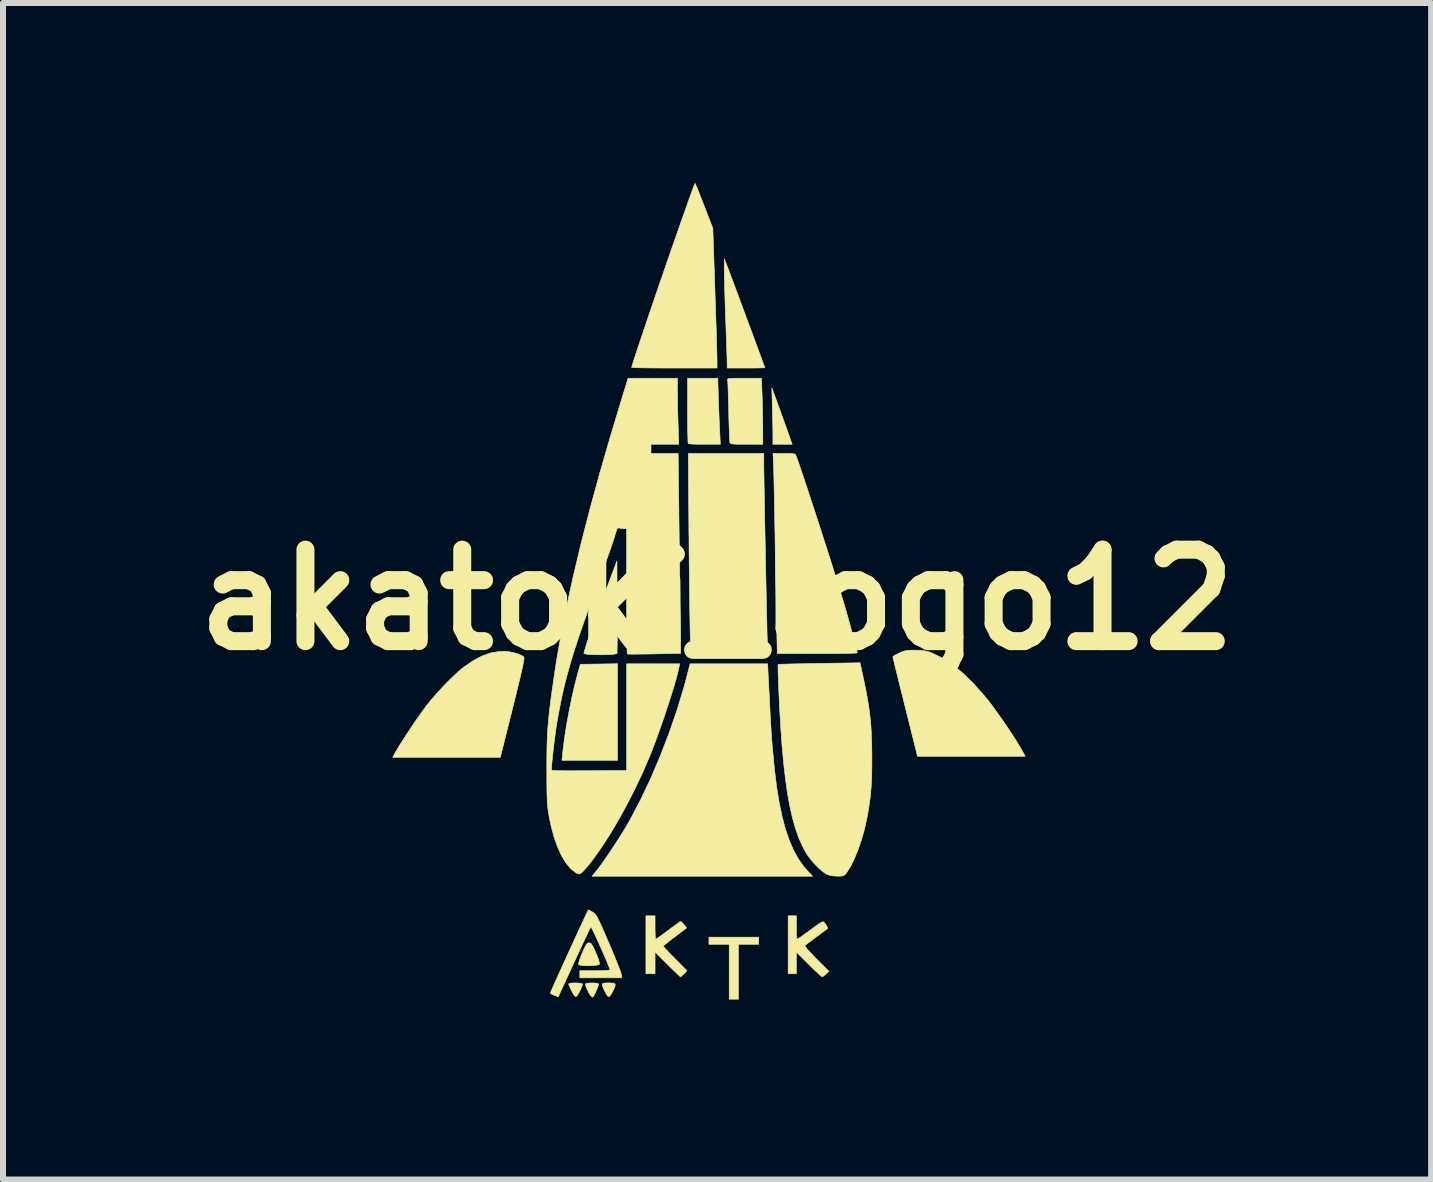
<source format=kicad_pcb>
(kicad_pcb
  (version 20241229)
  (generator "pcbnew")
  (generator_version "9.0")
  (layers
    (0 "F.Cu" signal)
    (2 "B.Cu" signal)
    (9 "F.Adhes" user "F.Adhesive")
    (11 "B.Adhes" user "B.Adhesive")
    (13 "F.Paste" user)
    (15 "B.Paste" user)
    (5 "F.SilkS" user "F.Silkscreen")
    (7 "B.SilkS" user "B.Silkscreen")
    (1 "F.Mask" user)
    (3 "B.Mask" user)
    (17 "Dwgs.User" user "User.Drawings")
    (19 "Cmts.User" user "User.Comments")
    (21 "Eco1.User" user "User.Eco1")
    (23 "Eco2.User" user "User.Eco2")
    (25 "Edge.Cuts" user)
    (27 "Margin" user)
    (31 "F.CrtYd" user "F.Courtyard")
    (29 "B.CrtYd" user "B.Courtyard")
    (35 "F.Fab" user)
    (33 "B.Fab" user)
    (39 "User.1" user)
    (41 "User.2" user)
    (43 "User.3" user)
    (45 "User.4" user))
  (footprint "akatoki_logo12"
    (layer "F.Cu")
    (at 8.897 6.943)
    (property "Reference" "akatoki_logo12" (at 0 0 0) (layer "F.SilkS") (effects (font (size 1.524 1.524) (thickness 0.3))))
    (attr through_hole)
    (fp_poly (pts (xy 0.694 5.74) (xy 0.356 5.74) (xy 0.356 6.655) (xy 0.203 6.655) (xy 0.203 5.74) (xy -0.135 5.74) (xy -0.135 5.622) (xy 0.694 5.622) (xy 0.694 5.74)) (stroke (width 0.01) (type solid)) (fill yes) (layer "F.SilkS"))
    (fp_poly (pts (xy -1.659 2.675) (xy -2.584 2.675) (xy -2.57 2.536) (xy -2.545 2.332) (xy -2.511 2.107) (xy -2.468 1.872) (xy -2.421 1.638) (xy -2.369 1.414) (xy -2.317 1.213) (xy -2.314 1.203) (xy -2.278 1.075) (xy -1.968 1.071) (xy -1.659 1.066) (xy -1.659 2.675)) (stroke (width 0.01) (type solid)) (fill yes) (layer "F.SilkS"))
    (fp_poly (pts (xy 1 -3.294) (xy 1.04 -3.182) (xy 1.086 -3.056) (xy 1.131 -2.93) (xy 1.169 -2.824) (xy 1.251 -2.591) (xy 0.931 -2.591) (xy 0.931 -2.714) (xy 0.931 -2.769) (xy 0.93 -2.851) (xy 0.928 -2.952) (xy 0.925 -3.063) (xy 0.922 -3.178) (xy 0.922 -3.183) (xy 0.913 -3.531) (xy 1 -3.294)) (stroke (width 0.01) (type solid)) (fill yes) (layer "F.SilkS"))
    (fp_poly (pts (xy -1.74 6.386) (xy -1.705 6.395) (xy -1.695 6.418) (xy -1.707 6.459) (xy -1.735 6.519) (xy -1.767 6.577) (xy -1.791 6.607) (xy -1.809 6.612) (xy -1.825 6.6) (xy -1.848 6.564) (xy -1.874 6.514) (xy -1.897 6.463) (xy -1.911 6.422) (xy -1.913 6.41) (xy -1.907 6.395) (xy -1.882 6.387) (xy -1.833 6.384) (xy -1.803 6.384) (xy -1.74 6.386)) (stroke (width 0.01) (type solid)) (fill yes) (layer "F.SilkS"))
    (fp_poly (pts (xy -2.315 6.385) (xy -2.271 6.39) (xy -2.246 6.398) (xy -2.244 6.4) (xy -2.246 6.423) (xy -2.261 6.465) (xy -2.284 6.515) (xy -2.31 6.563) (xy -2.334 6.599) (xy -2.349 6.611) (xy -2.369 6.602) (xy -2.398 6.563) (xy -2.421 6.519) (xy -2.447 6.465) (xy -2.466 6.423) (xy -2.472 6.401) (xy -2.457 6.392) (xy -2.419 6.386) (xy -2.368 6.384) (xy -2.315 6.385)) (stroke (width 0.01) (type solid)) (fill yes) (layer "F.SilkS"))
    (fp_poly (pts (xy -2.022 6.387) (xy -1.985 6.394) (xy -1.973 6.4) (xy -1.976 6.42) (xy -1.99 6.459) (xy -2.01 6.508) (xy -2.033 6.558) (xy -2.054 6.598) (xy -2.068 6.62) (xy -2.07 6.621) (xy -2.086 6.613) (xy -2.093 6.608) (xy -2.113 6.585) (xy -2.138 6.544) (xy -2.163 6.494) (xy -2.183 6.446) (xy -2.193 6.411) (xy -2.192 6.4) (xy -2.171 6.391) (xy -2.127 6.386) (xy -2.074 6.384) (xy -2.022 6.387)) (stroke (width 0.01) (type solid)) (fill yes) (layer "F.SilkS"))
    (fp_poly (pts (xy 0.023 -3.34) (xy 0.027 -3.218) (xy 0.032 -3.092) (xy 0.037 -2.972) (xy 0.041 -2.867) (xy 0.045 -2.79) (xy 0.055 -2.591) (xy -0.207 -2.591) (xy -0.298 -2.591) (xy -0.376 -2.593) (xy -0.437 -2.596) (xy -0.473 -2.6) (xy -0.48 -2.602) (xy -0.483 -2.621) (xy -0.485 -2.67) (xy -0.487 -2.744) (xy -0.489 -2.84) (xy -0.49 -2.954) (xy -0.491 -3.08) (xy -0.491 -3.152) (xy -0.491 -3.691) (xy 0.012 -3.691) (xy 0.023 -3.34)) (stroke (width 0.01) (type solid)) (fill yes) (layer "F.SilkS"))
    (fp_poly (pts (xy -2.113 5.719) (xy -2.094 5.734) (xy -2.073 5.766) (xy -2.046 5.821) (xy -2.02 5.88) (xy -1.991 5.95) (xy -1.97 6.011) (xy -1.958 6.054) (xy -1.958 6.07) (xy -1.979 6.082) (xy -2.024 6.091) (xy -2.085 6.097) (xy -2.152 6.098) (xy -2.217 6.096) (xy -2.27 6.09) (xy -2.302 6.08) (xy -2.308 6.074) (xy -2.305 6.05) (xy -2.291 6.003) (xy -2.267 5.939) (xy -2.244 5.883) (xy -2.211 5.808) (xy -2.187 5.759) (xy -2.167 5.73) (xy -2.149 5.718) (xy -2.132 5.715) (xy -2.113 5.719)) (stroke (width 0.01) (type solid)) (fill yes) (layer "F.SilkS"))
    (fp_poly (pts (xy -1.664 0.113) (xy -1.663 0.27) (xy -1.662 0.418) (xy -1.662 0.552) (xy -1.663 0.668) (xy -1.664 0.764) (xy -1.665 0.836) (xy -1.666 0.88) (xy -1.667 0.893) (xy -1.686 0.902) (xy -1.732 0.908) (xy -1.796 0.913) (xy -1.873 0.916) (xy -1.956 0.916) (xy -2.038 0.915) (xy -2.112 0.912) (xy -2.171 0.907) (xy -2.209 0.899) (xy -2.218 0.893) (xy -2.212 0.863) (xy -2.195 0.805) (xy -2.168 0.72) (xy -2.131 0.612) (xy -2.086 0.484) (xy -2.033 0.337) (xy -1.974 0.174) (xy -1.91 -0.001) (xy -1.867 -0.116) (xy -1.668 -0.647) (xy -1.664 0.113)) (stroke (width 0.01) (type solid)) (fill yes) (layer "F.SilkS"))
    (fp_poly (pts (xy -3.471 0.865) (xy -3.385 0.882) (xy -3.307 0.905) (xy -3.247 0.933) (xy -3.218 0.955) (xy -3.216 0.969) (xy -3.218 0.999) (xy -3.226 1.047) (xy -3.24 1.117) (xy -3.261 1.209) (xy -3.288 1.325) (xy -3.323 1.469) (xy -3.365 1.642) (xy -3.405 1.802) (xy -3.611 2.625) (xy -5.404 2.625) (xy -5.35 2.527) (xy -5.304 2.45) (xy -5.243 2.353) (xy -5.172 2.242) (xy -5.095 2.125) (xy -5.016 2.009) (xy -4.94 1.901) (xy -4.873 1.808) (xy -4.845 1.77) (xy -4.761 1.665) (xy -4.663 1.553) (xy -4.559 1.44) (xy -4.453 1.332) (xy -4.352 1.235) (xy -4.263 1.156) (xy -4.227 1.128) (xy -4.068 1.018) (xy -3.918 0.938) (xy -3.773 0.886) (xy -3.629 0.862) (xy -3.556 0.859) (xy -3.471 0.865)) (stroke (width 0.01) (type solid)) (fill yes) (layer "F.SilkS"))
    (fp_poly (pts (xy 0.751 -3.399) (xy 0.755 -3.276) (xy 0.758 -3.14) (xy 0.761 -3.004) (xy 0.762 -2.883) (xy 0.762 -2.849) (xy 0.762 -2.591) (xy 0.492 -2.591) (xy 0.39 -2.591) (xy 0.317 -2.592) (xy 0.268 -2.595) (xy 0.238 -2.6) (xy 0.222 -2.608) (xy 0.215 -2.618) (xy 0.214 -2.62) (xy 0.211 -2.644) (xy 0.208 -2.698) (xy 0.205 -2.776) (xy 0.202 -2.874) (xy 0.198 -2.988) (xy 0.195 -3.113) (xy 0.195 -3.141) (xy 0.192 -3.268) (xy 0.188 -3.385) (xy 0.185 -3.487) (xy 0.182 -3.57) (xy 0.179 -3.629) (xy 0.176 -3.659) (xy 0.175 -3.662) (xy 0.175 -3.673) (xy 0.182 -3.681) (xy 0.203 -3.686) (xy 0.242 -3.689) (xy 0.303 -3.691) (xy 0.39 -3.691) (xy 0.453 -3.691) (xy 0.74 -3.691) (xy 0.751 -3.399)) (stroke (width 0.01) (type solid)) (fill yes) (layer "F.SilkS"))
    (fp_poly (pts (xy 0.779 -2.293) (xy 0.779 -2.238) (xy 0.78 -2.153) (xy 0.782 -2.041) (xy 0.784 -1.906) (xy 0.787 -1.751) (xy 0.79 -1.58) (xy 0.793 -1.396) (xy 0.797 -1.201) (xy 0.801 -1) (xy 0.805 -0.797) (xy 0.809 -0.593) (xy 0.813 -0.393) (xy 0.817 -0.199) (xy 0.821 -0.016) (xy 0.824 0.153) (xy 0.828 0.306) (xy 0.831 0.438) (xy 0.833 0.547) (xy 0.836 0.628) (xy 0.837 0.68) (xy 0.838 0.682) (xy 0.847 0.897) (xy -0.436 0.897) (xy -0.447 0.588) (xy -0.448 0.522) (xy -0.45 0.425) (xy -0.452 0.3) (xy -0.455 0.152) (xy -0.457 -0.016) (xy -0.459 -0.202) (xy -0.461 -0.401) (xy -0.464 -0.611) (xy -0.466 -0.828) (xy -0.467 -1.048) (xy -0.468 -1.079) (xy -0.479 -2.438) (xy 0.779 -2.438) (xy 0.779 -2.293)) (stroke (width 0.01) (type solid)) (fill yes) (layer "F.SilkS"))
    (fp_poly (pts (xy 3.302 0.84) (xy 3.392 0.843) (xy 3.462 0.851) (xy 3.525 0.867) (xy 3.573 0.884) (xy 3.745 0.966) (xy 3.92 1.079) (xy 4.097 1.224) (xy 4.278 1.401) (xy 4.463 1.611) (xy 4.511 1.669) (xy 4.581 1.76) (xy 4.661 1.87) (xy 4.747 1.992) (xy 4.834 2.118) (xy 4.916 2.242) (xy 4.99 2.357) (xy 5.049 2.455) (xy 5.071 2.493) (xy 5.134 2.608) (xy 3.34 2.608) (xy 3.135 1.787) (xy 3.095 1.625) (xy 3.057 1.474) (xy 3.023 1.336) (xy 2.993 1.213) (xy 2.967 1.111) (xy 2.948 1.031) (xy 2.935 0.977) (xy 2.93 0.952) (xy 2.929 0.951) (xy 2.944 0.937) (xy 2.981 0.914) (xy 3.034 0.888) (xy 3.035 0.887) (xy 3.091 0.864) (xy 3.139 0.849) (xy 3.191 0.842) (xy 3.26 0.84) (xy 3.302 0.84)) (stroke (width 0.01) (type solid)) (fill yes) (layer "F.SilkS"))
    (fp_poly (pts (xy 0.853 1.274) (xy 0.864 1.481) (xy 0.873 1.658) (xy 0.88 1.808) (xy 0.887 1.936) (xy 0.893 2.046) (xy 0.899 2.141) (xy 0.904 2.226) (xy 0.91 2.303) (xy 0.915 2.378) (xy 0.921 2.453) (xy 0.924 2.481) (xy 0.955 2.809) (xy 0.991 3.106) (xy 1.034 3.372) (xy 1.084 3.611) (xy 1.14 3.824) (xy 1.205 4.012) (xy 1.277 4.178) (xy 1.358 4.324) (xy 1.449 4.451) (xy 1.523 4.534) (xy 1.593 4.606) (xy -2.083 4.606) (xy -1.996 4.5) (xy -1.941 4.428) (xy -1.874 4.334) (xy -1.798 4.223) (xy -1.717 4.102) (xy -1.637 3.977) (xy -1.56 3.855) (xy -1.492 3.742) (xy -1.449 3.666) (xy -1.274 3.333) (xy -1.104 2.975) (xy -0.944 2.598) (xy -0.795 2.212) (xy -0.662 1.823) (xy -0.546 1.439) (xy -0.497 1.254) (xy -0.449 1.067) (xy 0.843 1.067) (xy 0.853 1.274)) (stroke (width 0.01) (type solid)) (fill yes) (layer "F.SilkS"))
    (fp_poly (pts (xy 0.164 -5.571) (xy 0.18 -5.53) (xy 0.205 -5.464) (xy 0.237 -5.376) (xy 0.277 -5.27) (xy 0.322 -5.15) (xy 0.371 -5.019) (xy 0.422 -4.88) (xy 0.475 -4.738) (xy 0.528 -4.595) (xy 0.58 -4.455) (xy 0.629 -4.323) (xy 0.674 -4.2) (xy 0.714 -4.092) (xy 0.748 -4.001) (xy 0.773 -3.93) (xy 0.79 -3.885) (xy 0.796 -3.867) (xy 0.796 -3.867) (xy 0.78 -3.865) (xy 0.735 -3.864) (xy 0.667 -3.862) (xy 0.581 -3.861) (xy 0.483 -3.861) (xy 0.169 -3.861) (xy 0.169 -3.924) (xy 0.168 -3.955) (xy 0.167 -4.015) (xy 0.164 -4.101) (xy 0.16 -4.21) (xy 0.156 -4.335) (xy 0.151 -4.475) (xy 0.146 -4.624) (xy 0.144 -4.674) (xy 0.138 -4.83) (xy 0.133 -4.982) (xy 0.129 -5.126) (xy 0.125 -5.255) (xy 0.123 -5.366) (xy 0.121 -5.453) (xy 0.12 -5.512) (xy 0.12 -5.52) (xy 0.121 -5.681) (xy 0.164 -5.571)) (stroke (width 0.01) (type solid)) (fill yes) (layer "F.SilkS"))
    (fp_poly (pts (xy -1.033 5.461) (xy -1.032 5.538) (xy -1.03 5.6) (xy -1.026 5.642) (xy -1.022 5.656) (xy -1.005 5.646) (xy -0.966 5.62) (xy -0.911 5.58) (xy -0.845 5.531) (xy -0.823 5.515) (xy -0.753 5.463) (xy -0.692 5.418) (xy -0.645 5.384) (xy -0.619 5.365) (xy -0.616 5.363) (xy -0.594 5.368) (xy -0.563 5.396) (xy -0.552 5.41) (xy -0.507 5.468) (xy -0.702 5.615) (xy -0.772 5.668) (xy -0.83 5.714) (xy -0.873 5.748) (xy -0.895 5.769) (xy -0.897 5.772) (xy -0.886 5.787) (xy -0.855 5.821) (xy -0.807 5.871) (xy -0.747 5.932) (xy -0.699 5.981) (xy -0.501 6.18) (xy -0.55 6.231) (xy -0.582 6.263) (xy -0.605 6.281) (xy -0.609 6.282) (xy -0.623 6.271) (xy -0.657 6.239) (xy -0.707 6.191) (xy -0.769 6.131) (xy -0.826 6.075) (xy -1.033 5.868) (xy -1.033 6.231) (xy -1.185 6.231) (xy -1.185 5.266) (xy -1.033 5.266) (xy -1.033 5.461)) (stroke (width 0.01) (type solid)) (fill yes) (layer "F.SilkS"))
    (fp_poly (pts (xy -0.359 -6.924) (xy -0.341 -6.883) (xy -0.315 -6.819) (xy -0.282 -6.736) (xy -0.244 -6.638) (xy -0.216 -6.566) (xy -0.07 -6.189) (xy -0.035 -5.148) (xy -0.029 -4.959) (xy -0.023 -4.777) (xy -0.017 -4.606) (xy -0.012 -4.448) (xy -0.008 -4.308) (xy -0.005 -4.188) (xy -0.002 -4.091) (xy -0.001 -4.022) (xy 0.000042 -3.984) (xy 0 -3.861) (xy -0.711 -3.861) (xy -0.863 -3.861) (xy -1.003 -3.862) (xy -1.129 -3.863) (xy -1.237 -3.864) (xy -1.323 -3.866) (xy -1.385 -3.868) (xy -1.418 -3.87) (xy -1.422 -3.871) (xy -1.417 -3.894) (xy -1.401 -3.946) (xy -1.376 -4.024) (xy -1.343 -4.126) (xy -1.302 -4.249) (xy -1.255 -4.39) (xy -1.202 -4.546) (xy -1.145 -4.716) (xy -1.084 -4.895) (xy -1.02 -5.081) (xy -0.955 -5.273) (xy -0.888 -5.466) (xy -0.822 -5.658) (xy -0.757 -5.846) (xy -0.693 -6.028) (xy -0.633 -6.202) (xy -0.576 -6.363) (xy -0.524 -6.51) (xy -0.478 -6.64) (xy -0.439 -6.75) (xy -0.407 -6.837) (xy -0.383 -6.899) (xy -0.369 -6.932) (xy -0.366 -6.938) (xy -0.359 -6.924)) (stroke (width 0.01) (type solid)) (fill yes) (layer "F.SilkS"))
    (fp_poly (pts (xy 1.321 5.463) (xy 1.321 5.548) (xy 1.324 5.605) (xy 1.329 5.637) (xy 1.336 5.65) (xy 1.344 5.65) (xy 1.366 5.637) (xy 1.409 5.608) (xy 1.468 5.566) (xy 1.538 5.516) (xy 1.566 5.495) (xy 1.643 5.438) (xy 1.698 5.399) (xy 1.735 5.376) (xy 1.759 5.366) (xy 1.775 5.367) (xy 1.786 5.377) (xy 1.788 5.379) (xy 1.818 5.42) (xy 1.838 5.456) (xy 1.844 5.476) (xy 1.843 5.477) (xy 1.828 5.488) (xy 1.791 5.515) (xy 1.738 5.555) (xy 1.673 5.603) (xy 1.659 5.613) (xy 1.592 5.664) (xy 1.533 5.708) (xy 1.49 5.741) (xy 1.467 5.759) (xy 1.465 5.76) (xy 1.471 5.777) (xy 1.499 5.815) (xy 1.548 5.87) (xy 1.615 5.941) (xy 1.656 5.983) (xy 1.864 6.19) (xy 1.816 6.236) (xy 1.781 6.266) (xy 1.755 6.281) (xy 1.752 6.282) (xy 1.735 6.271) (xy 1.699 6.239) (xy 1.647 6.191) (xy 1.584 6.131) (xy 1.528 6.075) (xy 1.321 5.868) (xy 1.321 6.231) (xy 1.185 6.231) (xy 1.185 5.266) (xy 1.321 5.266) (xy 1.321 5.463)) (stroke (width 0.01) (type solid)) (fill yes) (layer "F.SilkS"))
    (fp_poly (pts (xy 1.199 -2.438) (xy 1.254 -2.435) (xy 1.287 -2.43) (xy 1.305 -2.42) (xy 1.312 -2.409) (xy 1.331 -2.359) (xy 1.359 -2.281) (xy 1.395 -2.177) (xy 1.438 -2.051) (xy 1.486 -1.905) (xy 1.539 -1.744) (xy 1.596 -1.571) (xy 1.656 -1.388) (xy 1.717 -1.2) (xy 1.778 -1.009) (xy 1.839 -0.82) (xy 1.898 -0.635) (xy 1.954 -0.457) (xy 2.006 -0.29) (xy 2.053 -0.138) (xy 2.094 -0.003) (xy 2.124 0.096) (xy 2.147 0.174) (xy 2.173 0.266) (xy 2.201 0.367) (xy 2.23 0.473) (xy 2.258 0.577) (xy 2.284 0.673) (xy 2.306 0.758) (xy 2.323 0.825) (xy 2.334 0.869) (xy 2.337 0.884) (xy 2.32 0.887) (xy 2.274 0.89) (xy 2.201 0.892) (xy 2.104 0.894) (xy 1.989 0.896) (xy 1.857 0.897) (xy 1.714 0.897) (xy 1.671 0.897) (xy 1.004 0.897) (xy 0.993 0.402) (xy 0.991 0.289) (xy 0.988 0.147) (xy 0.985 -0.018) (xy 0.981 -0.201) (xy 0.978 -0.397) (xy 0.974 -0.6) (xy 0.97 -0.806) (xy 0.967 -1.009) (xy 0.966 -1.092) (xy 0.962 -1.279) (xy 0.959 -1.461) (xy 0.956 -1.633) (xy 0.953 -1.793) (xy 0.95 -1.936) (xy 0.947 -2.059) (xy 0.944 -2.159) (xy 0.942 -2.231) (xy 0.941 -2.265) (xy 0.933 -2.438) (xy 1.117 -2.438) (xy 1.199 -2.438)) (stroke (width 0.01) (type solid)) (fill yes) (layer "F.SilkS"))
    (fp_poly (pts (xy 2.437 1.3) (xy 2.479 1.503) (xy 2.512 1.682) (xy 2.537 1.847) (xy 2.556 2.005) (xy 2.568 2.166) (xy 2.576 2.34) (xy 2.579 2.533) (xy 2.58 2.642) (xy 2.579 2.832) (xy 2.575 2.997) (xy 2.566 3.145) (xy 2.553 3.285) (xy 2.534 3.425) (xy 2.509 3.574) (xy 2.495 3.647) (xy 2.456 3.825) (xy 2.406 4) (xy 2.349 4.166) (xy 2.287 4.317) (xy 2.223 4.447) (xy 2.158 4.549) (xy 2.156 4.551) (xy 2.132 4.58) (xy 2.108 4.597) (xy 2.074 4.604) (xy 2.02 4.605) (xy 2.002 4.605) (xy 1.913 4.599) (xy 1.843 4.58) (xy 1.82 4.569) (xy 1.758 4.526) (xy 1.685 4.463) (xy 1.611 4.386) (xy 1.542 4.303) (xy 1.487 4.223) (xy 1.481 4.214) (xy 1.417 4.092) (xy 1.358 3.957) (xy 1.305 3.805) (xy 1.257 3.635) (xy 1.214 3.446) (xy 1.176 3.235) (xy 1.142 3.001) (xy 1.112 2.742) (xy 1.085 2.455) (xy 1.062 2.14) (xy 1.042 1.794) (xy 1.031 1.554) (xy 1.026 1.431) (xy 1.022 1.32) (xy 1.018 1.225) (xy 1.017 1.15) (xy 1.016 1.1) (xy 1.017 1.078) (xy 1.017 1.078) (xy 1.035 1.076) (xy 1.083 1.074) (xy 1.158 1.072) (xy 1.256 1.069) (xy 1.373 1.067) (xy 1.506 1.064) (xy 1.651 1.062) (xy 1.704 1.061) (xy 2.383 1.05) (xy 2.437 1.3)) (stroke (width 0.01) (type solid)) (fill yes) (layer "F.SilkS"))
    (fp_poly (pts (xy -2.075 5.203) (xy -2.056 5.215) (xy -2.039 5.229) (xy -2.022 5.248) (xy -2.003 5.277) (xy -1.981 5.319) (xy -1.953 5.376) (xy -1.918 5.453) (xy -1.874 5.554) (xy -1.819 5.681) (xy -1.8 5.723) (xy -1.749 5.845) (xy -1.702 5.958) (xy -1.661 6.059) (xy -1.628 6.143) (xy -1.605 6.207) (xy -1.593 6.245) (xy -1.592 6.253) (xy -1.592 6.299) (xy -2.286 6.299) (xy -2.286 6.181) (xy -2.03 6.181) (xy -1.928 6.18) (xy -1.857 6.178) (xy -1.811 6.174) (xy -1.787 6.168) (xy -1.782 6.16) (xy -1.783 6.159) (xy -1.81 6.091) (xy -1.844 6.008) (xy -1.883 5.917) (xy -1.925 5.822) (xy -1.967 5.728) (xy -2.007 5.64) (xy -2.042 5.564) (xy -2.072 5.503) (xy -2.093 5.463) (xy -2.103 5.449) (xy -2.103 5.449) (xy -2.112 5.467) (xy -2.135 5.512) (xy -2.167 5.581) (xy -2.209 5.67) (xy -2.259 5.776) (xy -2.314 5.896) (xy -2.374 6.025) (xy -2.379 6.036) (xy -2.438 6.166) (xy -2.494 6.285) (xy -2.542 6.391) (xy -2.584 6.481) (xy -2.616 6.549) (xy -2.637 6.595) (xy -2.646 6.613) (xy -2.646 6.613) (xy -2.663 6.609) (xy -2.699 6.596) (xy -2.714 6.59) (xy -2.753 6.572) (xy -2.776 6.555) (xy -2.777 6.552) (xy -2.77 6.534) (xy -2.751 6.49) (xy -2.721 6.423) (xy -2.682 6.336) (xy -2.637 6.234) (xy -2.585 6.121) (xy -2.531 6.001) (xy -2.474 5.876) (xy -2.417 5.752) (xy -2.362 5.632) (xy -2.311 5.52) (xy -2.264 5.42) (xy -2.225 5.336) (xy -2.195 5.271) (xy -2.175 5.23) (xy -2.172 5.224) (xy -2.142 5.166) (xy -2.075 5.203)) (stroke (width 0.01) (type solid)) (fill yes) (layer "F.SilkS"))
    (fp_poly (pts (xy -0.66 -3.484) (xy -0.66 -3.398) (xy -0.658 -3.289) (xy -0.656 -3.166) (xy -0.652 -3.039) (xy -0.649 -2.934) (xy -0.638 -2.591) (xy -1.101 -2.591) (xy -1.101 -2.438) (xy -0.648 -2.438) (xy -0.637 -1.579) (xy -0.635 -1.373) (xy -0.632 -1.144) (xy -0.629 -0.903) (xy -0.625 -0.657) (xy -0.622 -0.416) (xy -0.619 -0.188) (xy -0.617 0.018) (xy -0.616 0.086) (xy -0.605 0.892) (xy -1.043 0.902) (xy -1.162 0.904) (xy -1.269 0.905) (xy -1.361 0.906) (xy -1.432 0.906) (xy -1.478 0.905) (xy -1.494 0.903) (xy -1.497 0.885) (xy -1.499 0.837) (xy -1.501 0.76) (xy -1.502 0.658) (xy -1.504 0.534) (xy -1.505 0.39) (xy -1.506 0.231) (xy -1.507 0.058) (xy -1.507 -0.126) (xy -1.507 -0.145) (xy -1.507 -1.185) (xy -1.556 -1.185) (xy -1.602 -1.189) (xy -1.633 -1.196) (xy -1.659 -1.193) (xy -1.666 -1.183) (xy -1.674 -1.158) (xy -1.69 -1.109) (xy -1.711 -1.042) (xy -1.732 -0.974) (xy -1.752 -0.914) (xy -1.782 -0.828) (xy -1.82 -0.72) (xy -1.865 -0.596) (xy -1.914 -0.46) (xy -1.967 -0.317) (xy -2.015 -0.186) (xy -2.123 0.104) (xy -2.217 0.368) (xy -2.3 0.608) (xy -2.373 0.83) (xy -2.437 1.037) (xy -2.492 1.232) (xy -2.541 1.421) (xy -2.584 1.606) (xy -2.622 1.793) (xy -2.657 1.984) (xy -2.666 2.037) (xy -2.68 2.12) (xy -2.693 2.217) (xy -2.707 2.322) (xy -2.721 2.43) (xy -2.733 2.535) (xy -2.743 2.633) (xy -2.752 2.717) (xy -2.757 2.783) (xy -2.758 2.825) (xy -2.757 2.837) (xy -2.747 2.841) (xy -2.725 2.844) (xy -2.688 2.846) (xy -2.632 2.848) (xy -2.556 2.849) (xy -2.455 2.85) (xy -2.329 2.849) (xy -2.173 2.849) (xy -2.062 2.848) (xy -1.507 2.845) (xy -1.507 1.067) (xy -0.623 1.067) (xy -0.634 1.125) (xy -0.653 1.209) (xy -0.682 1.32) (xy -0.72 1.452) (xy -0.766 1.6) (xy -0.817 1.759) (xy -0.872 1.925) (xy -0.929 2.091) (xy -0.987 2.253) (xy -1.043 2.406) (xy -1.097 2.545) (xy -1.126 2.617) (xy -1.234 2.867) (xy -1.352 3.119) (xy -1.477 3.366) (xy -1.607 3.606) (xy -1.738 3.833) (xy -1.87 4.043) (xy -1.998 4.232) (xy -2.12 4.395) (xy -2.194 4.483) (xy -2.24 4.534) (xy -2.274 4.561) (xy -2.301 4.569) (xy -2.331 4.56) (xy -2.345 4.552) (xy -2.432 4.487) (xy -2.514 4.39) (xy -2.59 4.266) (xy -2.659 4.115) (xy -2.72 3.941) (xy -2.77 3.747) (xy -2.797 3.615) (xy -2.808 3.552) (xy -2.816 3.493) (xy -2.823 3.435) (xy -2.828 3.372) (xy -2.831 3.298) (xy -2.834 3.211) (xy -2.835 3.103) (xy -2.836 2.971) (xy -2.836 2.828) (xy -2.836 2.646) (xy -2.834 2.49) (xy -2.831 2.354) (xy -2.825 2.228) (xy -2.817 2.106) (xy -2.806 1.981) (xy -2.791 1.844) (xy -2.772 1.688) (xy -2.75 1.524) (xy -2.685 1.078) (xy -2.604 0.61) (xy -2.508 0.12) (xy -2.395 -0.393) (xy -2.267 -0.931) (xy -2.122 -1.495) (xy -1.961 -2.084) (xy -1.783 -2.701) (xy -1.616 -3.255) (xy -1.482 -3.691) (xy -0.66 -3.691) (xy -0.66 -3.484)) (stroke (width 0.01) (type solid)) (fill yes) (layer "F.SilkS")))
  (gr_rect
    (start -3 -3)
    (end 20.795 16.603)
    (stroke (width 0.1) (type default))
    (fill no)
    (layer "Edge.Cuts")))
</source>
